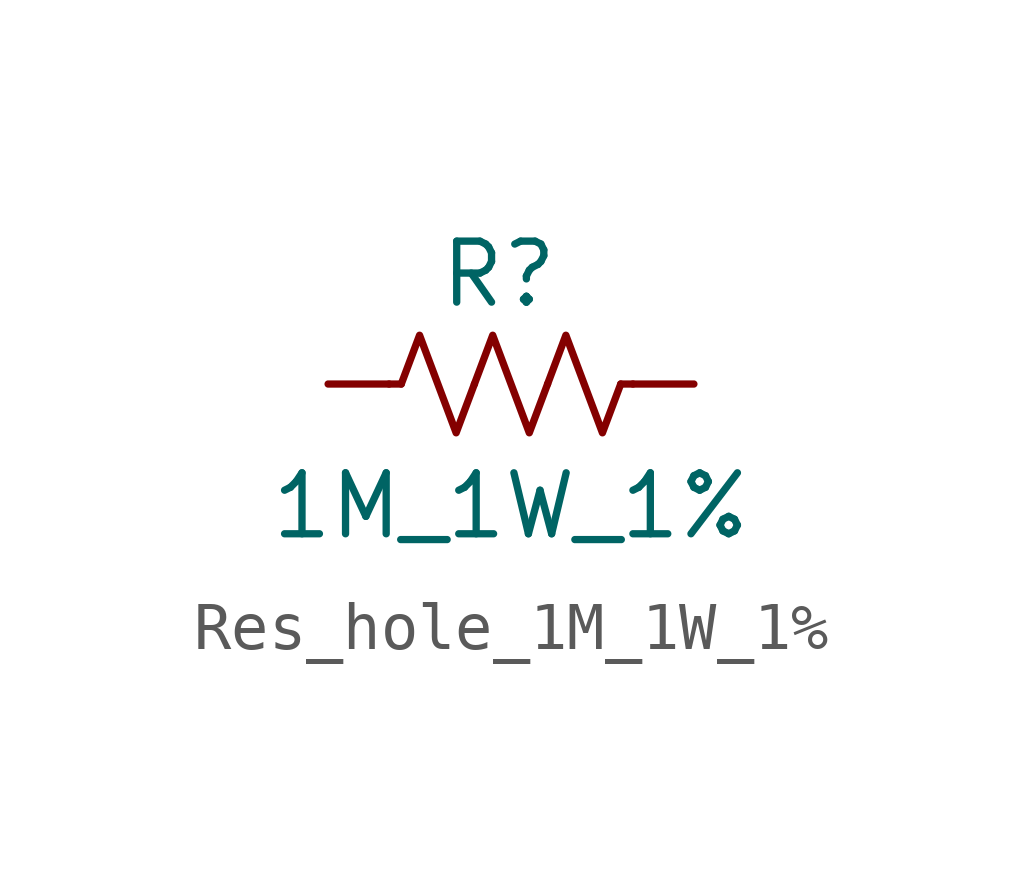
<source format=kicad_sym>
(kicad_symbol_lib
  (version 20231120)
  (generator "kicad_symbol_editor")
  (generator_version "8.0")
  (symbol "Res_hole_1M_1W_1%"
    (pin_numbers hide)
    (pin_names
      (offset 0))
    (property "Reference" "R"
      (at 3.556 2.286 0)
      (effects (font (size 1.27 1.27))))
    (property "Value" "1M_1W_1%"
      (at 3.81 -2.54 0)
      (effects (font (size 1.27 1.27))))
    (symbol "Res_hole_1M_1W_1%_0_1"
      (polyline (pts (xy 1.524 0) (xy 1.27 0)) (stroke (width 0) (type default)) (fill (type none)))
      (polyline (pts (xy 6.096 0) (xy 6.35 0)) (stroke (width 0) (type default)) (fill (type none)))
      (polyline (pts (xy 1.524 0) (xy 1.905 1.016) (xy 2.286 0) (xy 2.667 -1.016) (xy 3.048 0)) (stroke (width 0) (type default)) (fill (type none)))
      (polyline (pts (xy 3.048 0) (xy 3.429 1.016) (xy 3.81 0) (xy 4.191 -1.016) (xy 4.572 0)) (stroke (width 0) (type default)) (fill (type none)))
      (polyline (pts (xy 4.572 0) (xy 4.953 1.016) (xy 5.334 0) (xy 5.715 -1.016) (xy 6.096 0)) (stroke (width 0) (type default)) (fill (type none))))
    (symbol "Res_hole_1M_1W_1%_1_1"
      (pin passive line (at 0 0 0) (length 1.27) (name "~" (effects (font (size 1.27 1.27)))) (number "1" (effects (font (size 1.27 1.27)))))
      (pin passive line (at 7.62 0 180) (length 1.27) (name "~" (effects (font (size 1.27 1.27)))) (number "2" (effects (font (size 1.27 1.27))))))))
</source>
